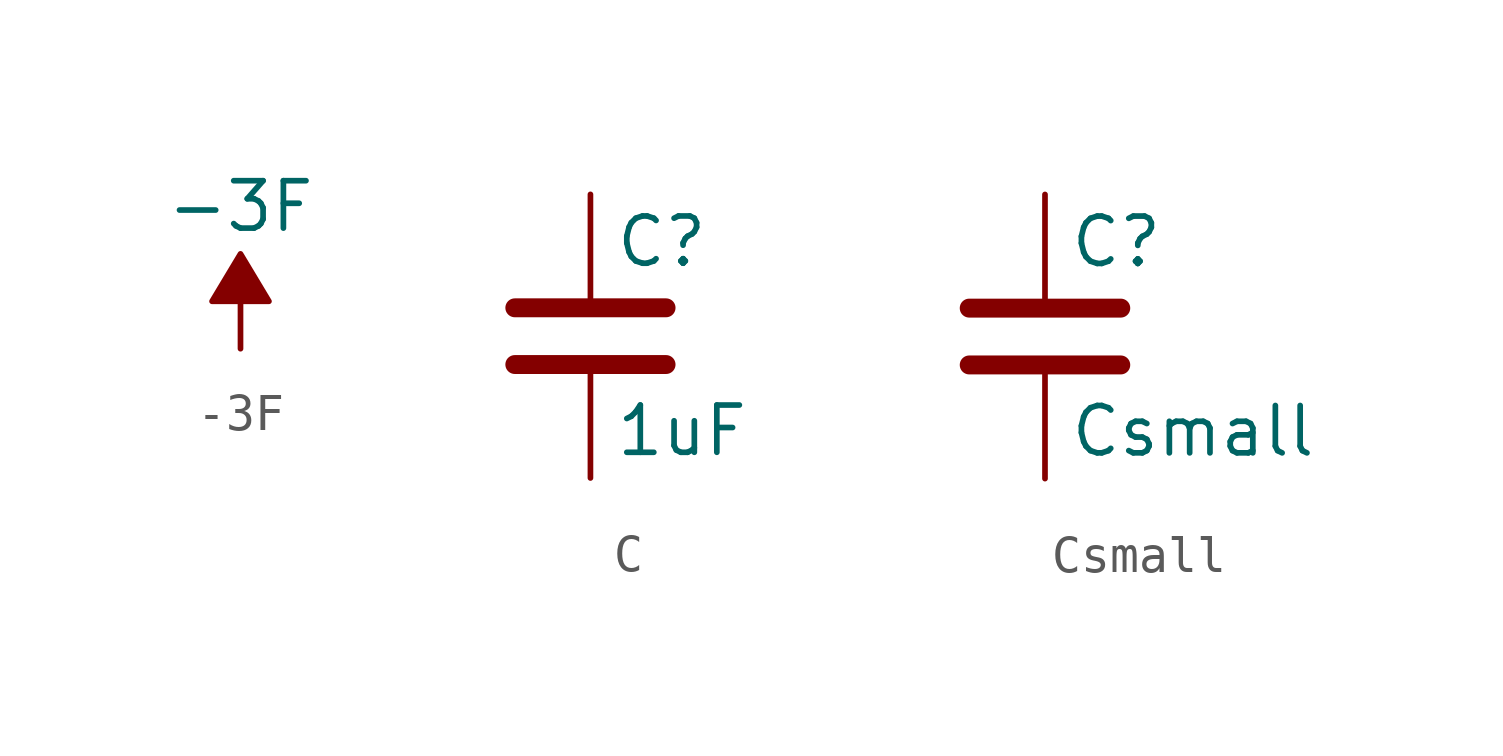
<source format=kicad_sym>
(kicad_symbol_lib
  (version 20220914)
  (generator kicad_symbol_editor)
  (symbol "-3F"
    (power)
    (pin_names
      (offset 0))
    (property "Reference" "#PWR"
      (at 0 2.54 0)
      (effects (font (size 1.27 1.27)) hide))
    (property "Value" "-3F"
      (at 0 3.81 0)
      (effects (font (size 1.27 1.27))))
    (symbol "-3F_0_1"
      (polyline (pts (xy 0 0) (xy 0 1.27) (xy 0.762 1.27) (xy 0 2.54) (xy -0.762 1.27) (xy 0 1.27)) (stroke (width 0) (type default)) (fill (type outline))))
    (symbol "-3F_1_0"
      (pin power_in line (at 0 0 90) (length 0) hide (name "-3F" (effects (font (size 1.27 1.27)))) (number "1" (effects (font (size 1.27 1.27)))))))
  (symbol "C"
    (pin_numbers hide)
    (pin_names
      (offset 0.254))
    (property "Reference" "C"
      (at 0.635 2.54 0)
      (effects (font (size 1.27 1.27)) (justify left)))
    (property "Value" "1uF"
      (at 0.635 -2.54 0)
      (effects (font (size 1.27 1.27)) (justify left)))
    (symbol "C_0_1"
      (polyline (pts (xy -2.032 -0.762) (xy 2.032 -0.762)) (stroke (width 0.508) (type default)) (fill (type none)))
      (polyline (pts (xy -2.032 0.762) (xy 2.032 0.762)) (stroke (width 0.508) (type default)) (fill (type none))))
    (symbol "C_1_1"
      (pin passive line (at 0 3.81 270) (length 2.794) (name "~" (effects (font (size 1.27 1.27)))) (number "1" (effects (font (size 1.27 1.27)))))
      (pin passive line (at 0 -3.81 90) (length 2.794) (name "~" (effects (font (size 1.27 1.27)))) (number "2" (effects (font (size 1.27 1.27)))))))
  (symbol "Csmall"
    (pin_numbers hide)
    (pin_names
      (offset 0.254))
    (property "Reference" "C"
      (at 0.635 2.54 0)
      (effects (font (size 1.27 1.27)) (justify left)))
    (property "Value" "Csmall"
      (at 0.635 -2.54 0)
      (effects (font (size 1.27 1.27)) (justify left)))
    (symbol "Csmall_0_1"
      (polyline (pts (xy -2.032 -0.762) (xy 2.032 -0.762)) (stroke (width 0.508) (type default)) (fill (type none)))
      (polyline (pts (xy -2.032 0.762) (xy 2.032 0.762)) (stroke (width 0.508) (type default)) (fill (type none))))
    (symbol "Csmall_1_1"
      (pin passive line (at 0 3.81 270) (length 2.794) (name "~" (effects (font (size 1.27 1.27)))) (number "1" (effects (font (size 1.27 1.27)))))
      (pin passive line (at 0 -3.81 90) (length 2.794) (name "~" (effects (font (size 1.27 1.27)))) (number "2" (effects (font (size 1.27 1.27))))))))
</source>
